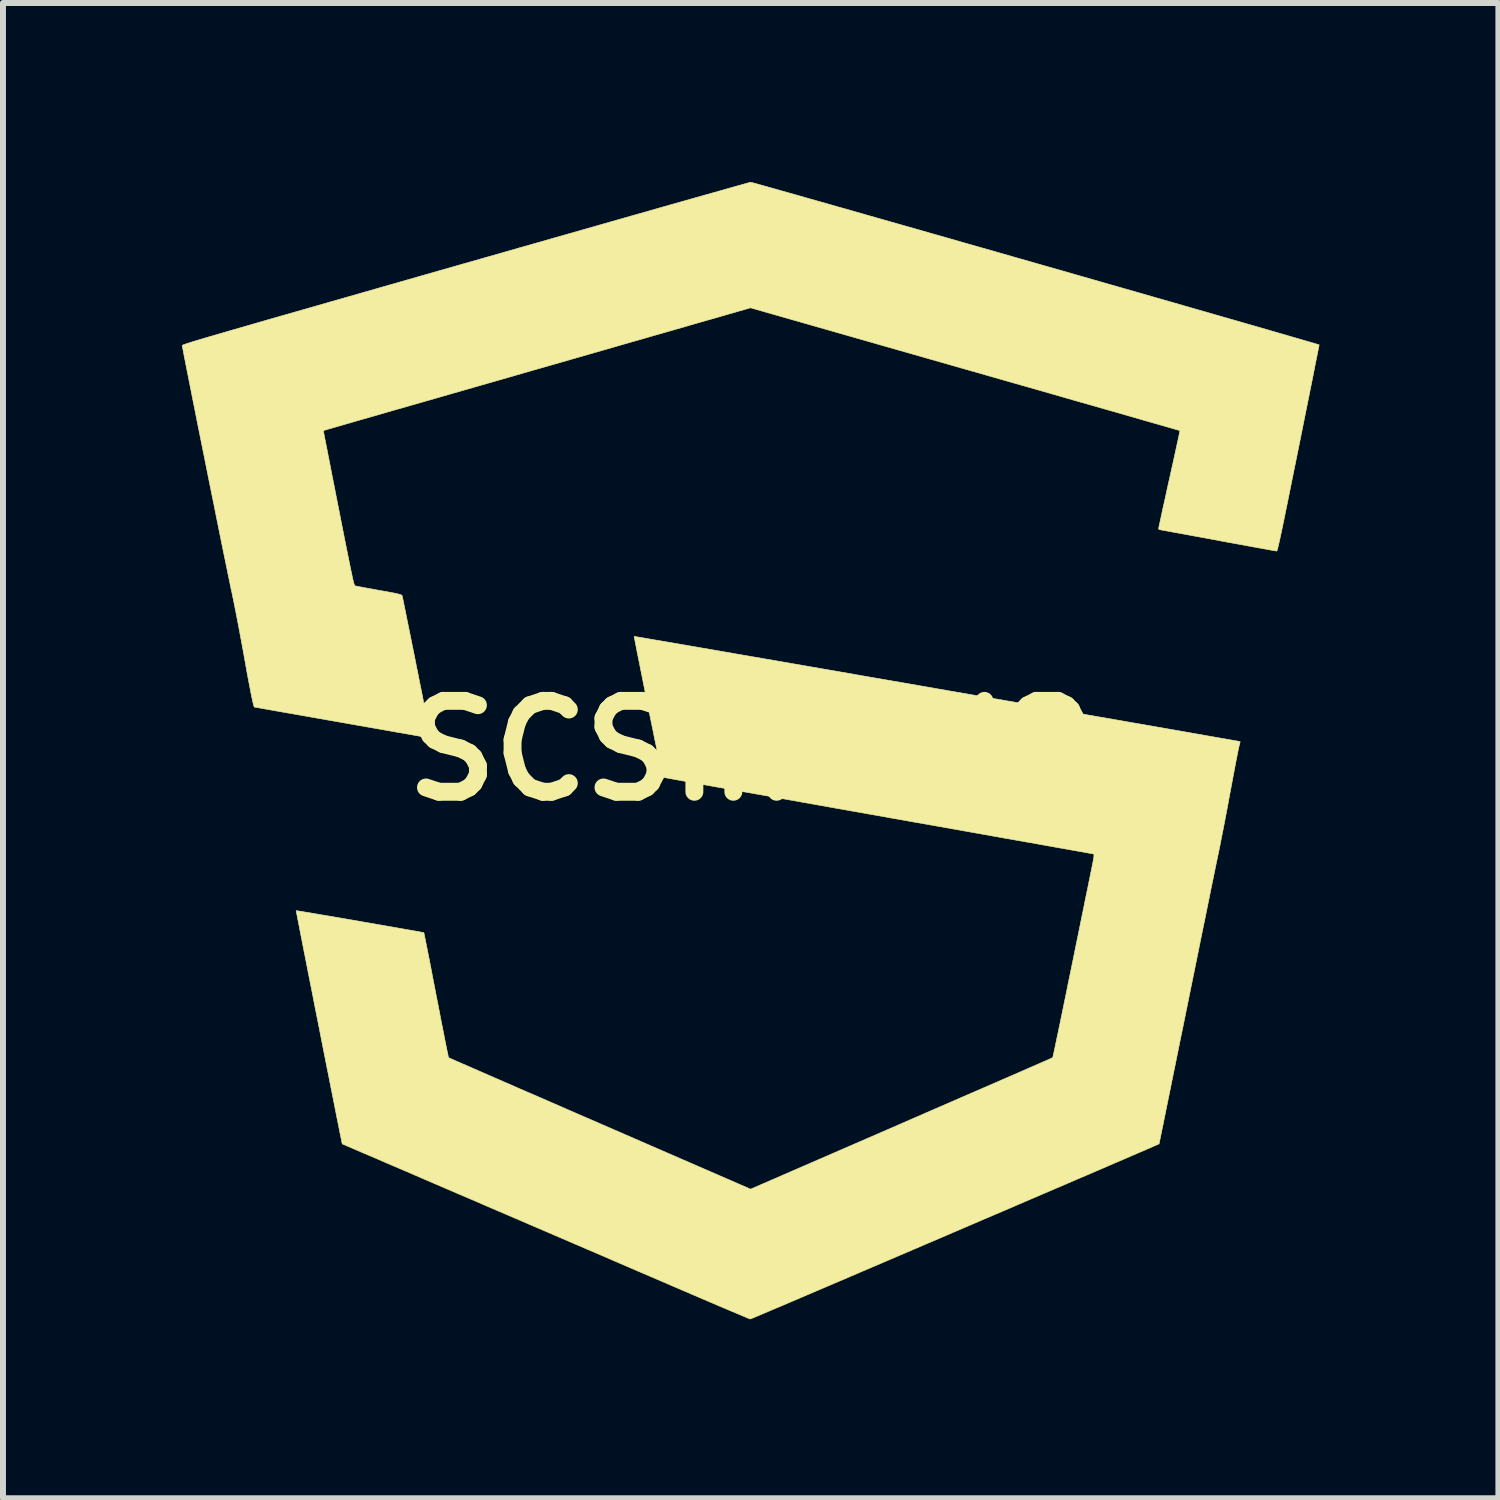
<source format=kicad_pcb>
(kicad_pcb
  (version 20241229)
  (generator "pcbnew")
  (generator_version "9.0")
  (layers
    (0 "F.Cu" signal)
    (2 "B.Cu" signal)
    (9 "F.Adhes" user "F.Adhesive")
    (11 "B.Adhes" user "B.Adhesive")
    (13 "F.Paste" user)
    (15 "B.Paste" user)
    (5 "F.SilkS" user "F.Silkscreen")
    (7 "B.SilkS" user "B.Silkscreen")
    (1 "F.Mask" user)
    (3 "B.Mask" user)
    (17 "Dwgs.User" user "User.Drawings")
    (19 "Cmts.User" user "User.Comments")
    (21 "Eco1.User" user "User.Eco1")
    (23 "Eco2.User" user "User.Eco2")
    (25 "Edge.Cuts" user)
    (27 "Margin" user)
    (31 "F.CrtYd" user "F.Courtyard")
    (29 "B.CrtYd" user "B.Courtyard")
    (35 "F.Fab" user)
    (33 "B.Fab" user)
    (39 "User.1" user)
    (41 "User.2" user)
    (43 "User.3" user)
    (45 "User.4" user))
  (footprint "SCShield2"
    (layer "F.Cu")
    (at 9.534 9.534)
    (property "Reference" "SCShield2" (at 0 0 0) (layer "F.SilkS") (effects (font (size 1.524 1.524) (thickness 0.3))))
    (attr smd)
    (fp_poly (pts (xy 1.193 -5.409) (xy 1.359 -5.362) (xy 1.543 -5.31) (xy 1.741 -5.254) (xy 1.952 -5.195) (xy 2.171 -5.133) (xy 2.397 -5.069) (xy 2.627 -5.004) (xy 2.858 -4.939) (xy 3.086 -4.874) (xy 3.31 -4.811) (xy 3.527 -4.749) (xy 3.733 -4.691) (xy 3.854 -4.657) (xy 4.025 -4.609) (xy 4.191 -4.562) (xy 4.35 -4.517) (xy 4.501 -4.474) (xy 4.644 -4.433) (xy 4.776 -4.395) (xy 4.897 -4.361) (xy 5.005 -4.33) (xy 5.1 -4.302) (xy 5.18 -4.279) (xy 5.244 -4.26) (xy 5.291 -4.246) (xy 5.32 -4.237) (xy 5.33 -4.234) (xy 5.329 -4.223) (xy 5.324 -4.193) (xy 5.315 -4.145) (xy 5.303 -4.081) (xy 5.289 -4.002) (xy 5.271 -3.91) (xy 5.251 -3.807) (xy 5.23 -3.693) (xy 5.206 -3.571) (xy 5.181 -3.442) (xy 5.155 -3.308) (xy 5.128 -3.169) (xy 5.1 -3.028) (xy 5.072 -2.886) (xy 5.044 -2.745) (xy 5.017 -2.606) (xy 4.99 -2.47) (xy 4.964 -2.34) (xy 4.939 -2.217) (xy 4.916 -2.101) (xy 4.895 -1.996) (xy 4.875 -1.901) (xy 4.859 -1.82) (xy 4.845 -1.753) (xy 4.834 -1.702) (xy 4.826 -1.668) (xy 4.822 -1.653) (xy 4.822 -1.653) (xy 4.811 -1.654) (xy 4.782 -1.659) (xy 4.735 -1.667) (xy 4.672 -1.678) (xy 4.596 -1.692) (xy 4.507 -1.708) (xy 4.408 -1.726) (xy 4.301 -1.745) (xy 4.186 -1.766) (xy 4.067 -1.788) (xy 3.944 -1.81) (xy 3.819 -1.833) (xy 3.694 -1.856) (xy 3.572 -1.879) (xy 3.453 -1.901) (xy 3.339 -1.922) (xy 3.232 -1.941) (xy 3.134 -1.96) (xy 3.047 -1.976) (xy 2.971 -1.99) (xy 2.91 -2.002) (xy 2.865 -2.011) (xy 2.837 -2.016) (xy 2.828 -2.018) (xy 2.83 -2.029) (xy 2.836 -2.058) (xy 2.846 -2.103) (xy 2.859 -2.161) (xy 2.875 -2.231) (xy 2.893 -2.311) (xy 2.914 -2.397) (xy 2.916 -2.405) (xy 2.936 -2.491) (xy 2.955 -2.571) (xy 2.971 -2.642) (xy 2.985 -2.702) (xy 2.995 -2.748) (xy 3.002 -2.778) (xy 3.004 -2.791) (xy 3.004 -2.791) (xy 2.994 -2.794) (xy 2.964 -2.803) (xy 2.917 -2.817) (xy 2.852 -2.836) (xy 2.772 -2.86) (xy 2.677 -2.888) (xy 2.568 -2.919) (xy 2.447 -2.955) (xy 2.315 -2.994) (xy 2.172 -3.036) (xy 2.02 -3.08) (xy 1.86 -3.127) (xy 1.694 -3.176) (xy 1.521 -3.226) (xy 1.501 -3.233) (xy -0.000378 -3.672) (xy -1.48 -3.233) (xy -1.652 -3.183) (xy -1.818 -3.133) (xy -1.977 -3.086) (xy -2.129 -3.041) (xy -2.271 -2.999) (xy -2.404 -2.959) (xy -2.525 -2.923) (xy -2.634 -2.891) (xy -2.73 -2.863) (xy -2.811 -2.839) (xy -2.876 -2.819) (xy -2.924 -2.805) (xy -2.955 -2.796) (xy -2.966 -2.793) (xy -2.966 -2.792) (xy -2.964 -2.782) (xy -2.959 -2.752) (xy -2.951 -2.704) (xy -2.939 -2.639) (xy -2.923 -2.558) (xy -2.905 -2.463) (xy -2.884 -2.355) (xy -2.861 -2.235) (xy -2.836 -2.104) (xy -2.809 -1.964) (xy -2.78 -1.817) (xy -2.749 -1.662) (xy -2.73 -1.562) (xy -2.696 -1.389) (xy -2.658 -1.199) (xy -2.618 -0.994) (xy -2.575 -0.777) (xy -2.53 -0.551) (xy -2.484 -0.318) (xy -2.438 -0.082) (xy -2.391 0.154) (xy -2.345 0.387) (xy -2.3 0.615) (xy -2.257 0.835) (xy -2.216 1.043) (xy -2.197 1.137) (xy -2.163 1.31) (xy -2.13 1.477) (xy -2.098 1.637) (xy -2.068 1.79) (xy -2.039 1.933) (xy -2.013 2.065) (xy -1.989 2.186) (xy -1.967 2.294) (xy -1.949 2.388) (xy -1.933 2.467) (xy -1.92 2.53) (xy -1.911 2.575) (xy -1.905 2.602) (xy -1.904 2.609) (xy -1.892 2.614) (xy -1.863 2.627) (xy -1.818 2.646) (xy -1.758 2.672) (xy -1.685 2.703) (xy -1.601 2.738) (xy -1.507 2.778) (xy -1.405 2.821) (xy -1.297 2.867) (xy -1.184 2.915) (xy -1.067 2.964) (xy -0.949 3.013) (xy -0.831 3.063) (xy -0.715 3.112) (xy -0.602 3.159) (xy -0.494 3.204) (xy -0.392 3.247) (xy -0.299 3.286) (xy -0.215 3.321) (xy -0.143 3.351) (xy -0.083 3.375) (xy -0.039 3.394) (xy -0.011 3.405) (xy -0.000245 3.409) (xy 0.012 3.405) (xy 0.042 3.393) (xy 0.088 3.375) (xy 0.149 3.35) (xy 0.222 3.319) (xy 0.307 3.284) (xy 0.401 3.244) (xy 0.504 3.201) (xy 0.613 3.155) (xy 0.726 3.107) (xy 0.843 3.058) (xy 0.961 3.007) (xy 1.079 2.957) (xy 1.195 2.908) (xy 1.308 2.859) (xy 1.415 2.813) (xy 1.516 2.77) (xy 1.609 2.73) (xy 1.692 2.694) (xy 1.763 2.663) (xy 1.821 2.637) (xy 1.865 2.618) (xy 1.892 2.605) (xy 1.901 2.6) (xy 1.905 2.587) (xy 1.913 2.555) (xy 1.923 2.508) (xy 1.935 2.449) (xy 1.949 2.38) (xy 1.963 2.305) (xy 1.963 2.304) (xy 1.979 2.22) (xy 1.991 2.155) (xy 2.001 2.105) (xy 2.01 2.07) (xy 2.016 2.046) (xy 2.022 2.032) (xy 2.028 2.025) (xy 2.035 2.023) (xy 2.037 2.022) (xy 2.052 2.024) (xy 2.086 2.029) (xy 2.136 2.037) (xy 2.202 2.048) (xy 2.282 2.061) (xy 2.373 2.075) (xy 2.474 2.092) (xy 2.583 2.11) (xy 2.699 2.129) (xy 2.819 2.15) (xy 2.943 2.17) (xy 3.067 2.191) (xy 3.191 2.212) (xy 3.312 2.232) (xy 3.43 2.252) (xy 3.541 2.271) (xy 3.645 2.289) (xy 3.739 2.305) (xy 3.822 2.32) (xy 3.892 2.332) (xy 3.947 2.342) (xy 3.986 2.349) (xy 4.006 2.353) (xy 4.009 2.354) (xy 4.008 2.365) (xy 4.003 2.395) (xy 3.995 2.442) (xy 3.983 2.503) (xy 3.969 2.578) (xy 3.953 2.664) (xy 3.935 2.76) (xy 3.915 2.862) (xy 3.894 2.97) (xy 3.872 3.082) (xy 3.85 3.195) (xy 3.827 3.308) (xy 3.805 3.419) (xy 3.784 3.525) (xy 3.764 3.626) (xy 3.745 3.718) (xy 3.728 3.8) (xy 3.714 3.871) (xy 3.702 3.928) (xy 3.693 3.969) (xy 3.687 3.993) (xy 3.685 3.997) (xy 3.676 4.007) (xy 3.654 4.02) (xy 3.617 4.039) (xy 3.565 4.064) (xy 3.496 4.095) (xy 3.409 4.133) (xy 3.366 4.152) (xy 3.32 4.172) (xy 3.256 4.199) (xy 3.176 4.234) (xy 3.08 4.275) (xy 2.97 4.322) (xy 2.847 4.375) (xy 2.713 4.433) (xy 2.569 4.495) (xy 2.416 4.56) (xy 2.256 4.629) (xy 2.089 4.701) (xy 1.919 4.774) (xy 1.745 4.849) (xy 1.568 4.925) (xy 1.535 4.939) (xy 1.365 5.012) (xy 1.199 5.083) (xy 1.041 5.152) (xy 0.889 5.217) (xy 0.746 5.279) (xy 0.612 5.336) (xy 0.489 5.389) (xy 0.377 5.437) (xy 0.278 5.479) (xy 0.193 5.516) (xy 0.122 5.546) (xy 0.067 5.57) (xy 0.029 5.586) (xy 0.008 5.595) (xy 0.005 5.596) (xy -0.005 5.592) (xy -0.034 5.58) (xy -0.081 5.561) (xy -0.144 5.534) (xy -0.223 5.501) (xy -0.316 5.461) (xy -0.423 5.415) (xy -0.543 5.363) (xy -0.674 5.307) (xy -0.817 5.245) (xy -0.969 5.18) (xy -1.129 5.11) (xy -1.298 5.037) (xy -1.474 4.961) (xy -1.656 4.882) (xy -1.816 4.812) (xy -2.002 4.731) (xy -2.183 4.652) (xy -2.358 4.576) (xy -2.526 4.503) (xy -2.686 4.433) (xy -2.836 4.368) (xy -2.977 4.306) (xy -3.107 4.25) (xy -3.225 4.198) (xy -3.331 4.152) (xy -3.422 4.112) (xy -3.499 4.078) (xy -3.56 4.051) (xy -3.604 4.032) (xy -3.631 4.02) (xy -3.639 4.016) (xy -3.643 4.005) (xy -3.65 3.974) (xy -3.662 3.925) (xy -3.676 3.86) (xy -3.693 3.781) (xy -3.713 3.687) (xy -3.735 3.582) (xy -3.759 3.466) (xy -3.784 3.342) (xy -3.811 3.209) (xy -3.839 3.071) (xy -3.842 3.055) (xy -3.86 2.963) (xy -3.88 2.866) (xy -3.901 2.762) (xy -3.923 2.651) (xy -3.947 2.531) (xy -3.972 2.404) (xy -4 2.267) (xy -4.029 2.121) (xy -4.06 1.965) (xy -4.094 1.798) (xy -4.13 1.621) (xy -4.168 1.431) (xy -4.208 1.229) (xy -4.251 1.015) (xy -4.297 0.787) (xy -4.345 0.545) (xy -4.397 0.289) (xy -4.451 0.018) (xy -4.509 -0.268) (xy -4.57 -0.571) (xy -4.634 -0.89) (xy -4.701 -1.226) (xy -4.772 -1.58) (xy -4.847 -1.952) (xy -4.926 -2.343) (xy -5.008 -2.754) (xy -5.095 -3.184) (xy -5.151 -3.467) (xy -5.176 -3.591) (xy -5.2 -3.709) (xy -5.221 -3.819) (xy -5.241 -3.919) (xy -5.258 -4.009) (xy -5.272 -4.086) (xy -5.283 -4.149) (xy -5.292 -4.196) (xy -5.296 -4.225) (xy -5.297 -4.236) (xy -5.285 -4.24) (xy -5.255 -4.25) (xy -5.211 -4.263) (xy -5.155 -4.28) (xy -5.09 -4.298) (xy -5.034 -4.314) (xy -5.001 -4.324) (xy -4.947 -4.339) (xy -4.876 -4.359) (xy -4.787 -4.384) (xy -4.682 -4.414) (xy -4.562 -4.448) (xy -4.427 -4.486) (xy -4.279 -4.529) (xy -4.119 -4.574) (xy -3.948 -4.623) (xy -3.767 -4.674) (xy -3.576 -4.729) (xy -3.377 -4.785) (xy -3.172 -4.844) (xy -2.96 -4.904) (xy -2.743 -4.966) (xy -2.522 -5.029) (xy -2.39 -5.066) (xy -0.001 -5.747) (xy 1.193 -5.409)) (stroke (width 0.01) (type solid)) (fill yes) (layer "F.Mask"))
    (fp_poly (pts (xy 0.012 -9.526) (xy 0.044 -9.518) (xy 0.095 -9.504) (xy 0.163 -9.485) (xy 0.249 -9.461) (xy 0.351 -9.432) (xy 0.469 -9.399) (xy 0.602 -9.361) (xy 0.749 -9.32) (xy 0.909 -9.274) (xy 1.082 -9.225) (xy 1.267 -9.173) (xy 1.462 -9.117) (xy 1.668 -9.059) (xy 1.884 -8.997) (xy 2.108 -8.933) (xy 2.34 -8.867) (xy 2.58 -8.799) (xy 2.826 -8.729) (xy 3.077 -8.657) (xy 3.334 -8.584) (xy 3.594 -8.509) (xy 3.858 -8.434) (xy 4.125 -8.358) (xy 4.393 -8.281) (xy 4.663 -8.204) (xy 4.932 -8.127) (xy 5.202 -8.05) (xy 5.47 -7.973) (xy 5.736 -7.897) (xy 5.999 -7.821) (xy 6.259 -7.747) (xy 6.514 -7.674) (xy 6.764 -7.602) (xy 7.009 -7.532) (xy 7.246 -7.464) (xy 7.477 -7.397) (xy 7.699 -7.334) (xy 7.912 -7.272) (xy 8.116 -7.214) (xy 8.309 -7.158) (xy 8.491 -7.106) (xy 8.661 -7.057) (xy 8.818 -7.011) (xy 8.961 -6.97) (xy 9.09 -6.932) (xy 9.205 -6.899) (xy 9.303 -6.87) (xy 9.384 -6.847) (xy 9.449 -6.828) (xy 9.495 -6.814) (xy 9.522 -6.805) (xy 9.53 -6.803) (xy 9.528 -6.791) (xy 9.522 -6.76) (xy 9.512 -6.711) (xy 9.499 -6.644) (xy 9.482 -6.56) (xy 9.462 -6.461) (xy 9.44 -6.348) (xy 9.415 -6.222) (xy 9.387 -6.084) (xy 9.357 -5.934) (xy 9.325 -5.775) (xy 9.291 -5.607) (xy 9.256 -5.432) (xy 9.219 -5.249) (xy 9.183 -5.069) (xy 9.137 -4.842) (xy 9.095 -4.636) (xy 9.057 -4.448) (xy 9.023 -4.279) (xy 8.992 -4.127) (xy 8.964 -3.991) (xy 8.94 -3.871) (xy 8.918 -3.766) (xy 8.899 -3.675) (xy 8.882 -3.597) (xy 8.868 -3.532) (xy 8.856 -3.478) (xy 8.846 -3.434) (xy 8.837 -3.4) (xy 8.831 -3.376) (xy 8.826 -3.359) (xy 8.822 -3.349) (xy 8.819 -3.346) (xy 8.819 -3.346) (xy 8.806 -3.348) (xy 8.774 -3.353) (xy 8.724 -3.362) (xy 8.658 -3.374) (xy 8.577 -3.389) (xy 8.482 -3.406) (xy 8.375 -3.425) (xy 8.258 -3.447) (xy 8.132 -3.47) (xy 7.999 -3.494) (xy 7.859 -3.52) (xy 7.83 -3.526) (xy 7.689 -3.552) (xy 7.554 -3.577) (xy 7.427 -3.6) (xy 7.309 -3.622) (xy 7.201 -3.642) (xy 7.104 -3.659) (xy 7.021 -3.675) (xy 6.952 -3.687) (xy 6.9 -3.697) (xy 6.865 -3.703) (xy 6.849 -3.706) (xy 6.849 -3.706) (xy 6.841 -3.714) (xy 6.84 -3.725) (xy 6.842 -3.738) (xy 6.848 -3.77) (xy 6.859 -3.819) (xy 6.873 -3.885) (xy 6.89 -3.964) (xy 6.91 -4.057) (xy 6.933 -4.16) (xy 6.958 -4.272) (xy 6.984 -4.393) (xy 7.012 -4.519) (xy 7.02 -4.552) (xy 7.048 -4.68) (xy 7.075 -4.801) (xy 7.1 -4.915) (xy 7.123 -5.019) (xy 7.143 -5.113) (xy 7.161 -5.194) (xy 7.175 -5.261) (xy 7.186 -5.313) (xy 7.193 -5.348) (xy 7.196 -5.364) (xy 7.196 -5.365) (xy 7.185 -5.368) (xy 7.156 -5.377) (xy 7.107 -5.391) (xy 7.04 -5.41) (xy 6.955 -5.435) (xy 6.854 -5.464) (xy 6.737 -5.497) (xy 6.604 -5.535) (xy 6.457 -5.578) (xy 6.296 -5.624) (xy 6.122 -5.674) (xy 5.936 -5.727) (xy 5.738 -5.784) (xy 5.529 -5.843) (xy 5.31 -5.906) (xy 5.081 -5.972) (xy 4.844 -6.04) (xy 4.598 -6.11) (xy 4.345 -6.182) (xy 4.086 -6.256) (xy 3.821 -6.332) (xy 3.595 -6.396) (xy -0.002 -7.424) (xy -0.242 -7.355) (xy -0.275 -7.345) (xy -0.329 -7.33) (xy -0.4 -7.31) (xy -0.488 -7.284) (xy -0.592 -7.254) (xy -0.712 -7.22) (xy -0.845 -7.182) (xy -0.991 -7.14) (xy -1.148 -7.094) (xy -1.317 -7.046) (xy -1.494 -6.995) (xy -1.68 -6.942) (xy -1.874 -6.886) (xy -2.074 -6.829) (xy -2.278 -6.77) (xy -2.487 -6.71) (xy -2.626 -6.67) (xy -2.991 -6.565) (xy -3.336 -6.466) (xy -3.662 -6.373) (xy -3.969 -6.284) (xy -4.258 -6.201) (xy -4.53 -6.123) (xy -4.784 -6.05) (xy -5.022 -5.982) (xy -5.243 -5.918) (xy -5.45 -5.859) (xy -5.641 -5.804) (xy -5.818 -5.753) (xy -5.981 -5.707) (xy -6.13 -5.664) (xy -6.267 -5.624) (xy -6.392 -5.588) (xy -6.505 -5.556) (xy -6.607 -5.527) (xy -6.698 -5.5) (xy -6.779 -5.477) (xy -6.851 -5.456) (xy -6.913 -5.438) (xy -6.967 -5.423) (xy -7.013 -5.409) (xy -7.052 -5.398) (xy -7.084 -5.389) (xy -7.11 -5.381) (xy -7.13 -5.375) (xy -7.145 -5.371) (xy -7.155 -5.368) (xy -7.161 -5.366) (xy -7.163 -5.365) (xy -7.163 -5.365) (xy -7.161 -5.355) (xy -7.156 -5.325) (xy -7.147 -5.276) (xy -7.134 -5.211) (xy -7.118 -5.13) (xy -7.099 -5.034) (xy -7.078 -4.925) (xy -7.054 -4.804) (xy -7.029 -4.673) (xy -7.001 -4.531) (xy -6.971 -4.382) (xy -6.941 -4.225) (xy -6.909 -4.066) (xy -6.872 -3.876) (xy -6.838 -3.704) (xy -6.808 -3.552) (xy -6.781 -3.417) (xy -6.757 -3.298) (xy -6.736 -3.195) (xy -6.718 -3.106) (xy -6.703 -3.031) (xy -6.689 -2.967) (xy -6.678 -2.915) (xy -6.669 -2.872) (xy -6.66 -2.839) (xy -6.654 -2.813) (xy -6.648 -2.794) (xy -6.643 -2.781) (xy -6.639 -2.772) (xy -6.635 -2.767) (xy -6.631 -2.764) (xy -6.627 -2.762) (xy -6.611 -2.759) (xy -6.577 -2.752) (xy -6.526 -2.742) (xy -6.463 -2.73) (xy -6.389 -2.717) (xy -6.307 -2.702) (xy -6.227 -2.687) (xy -6.127 -2.67) (xy -6.047 -2.655) (xy -5.983 -2.643) (xy -5.934 -2.633) (xy -5.898 -2.624) (xy -5.873 -2.617) (xy -5.857 -2.611) (xy -5.848 -2.605) (xy -5.843 -2.599) (xy -5.843 -2.599) (xy -5.84 -2.587) (xy -5.833 -2.555) (xy -5.823 -2.505) (xy -5.81 -2.44) (xy -5.793 -2.36) (xy -5.775 -2.268) (xy -5.754 -2.165) (xy -5.731 -2.052) (xy -5.706 -1.931) (xy -5.681 -1.803) (xy -5.654 -1.672) (xy -5.627 -1.537) (xy -5.6 -1.4) (xy -5.572 -1.264) (xy -5.546 -1.129) (xy -5.519 -0.998) (xy -5.494 -0.872) (xy -5.471 -0.752) (xy -5.448 -0.641) (xy -5.428 -0.539) (xy -5.411 -0.449) (xy -5.396 -0.372) (xy -5.383 -0.309) (xy -5.375 -0.263) (xy -5.369 -0.234) (xy -5.368 -0.225) (xy -5.373 -0.213) (xy -5.376 -0.213) (xy -5.387 -0.215) (xy -5.418 -0.22) (xy -5.467 -0.229) (xy -5.534 -0.24) (xy -5.617 -0.255) (xy -5.714 -0.272) (xy -5.826 -0.292) (xy -5.95 -0.313) (xy -6.085 -0.337) (xy -6.231 -0.363) (xy -6.385 -0.39) (xy -6.547 -0.418) (xy -6.716 -0.448) (xy -6.85 -0.472) (xy -7.023 -0.502) (xy -7.191 -0.532) (xy -7.351 -0.56) (xy -7.503 -0.587) (xy -7.646 -0.612) (xy -7.779 -0.635) (xy -7.899 -0.656) (xy -8.007 -0.675) (xy -8.101 -0.692) (xy -8.18 -0.706) (xy -8.242 -0.717) (xy -8.286 -0.725) (xy -8.312 -0.729) (xy -8.319 -0.73) (xy -8.325 -0.74) (xy -8.333 -0.766) (xy -8.344 -0.81) (xy -8.358 -0.873) (xy -8.375 -0.954) (xy -8.394 -1.054) (xy -8.417 -1.173) (xy -8.443 -1.312) (xy -8.471 -1.471) (xy -8.492 -1.587) (xy -8.516 -1.721) (xy -8.542 -1.859) (xy -8.568 -1.999) (xy -8.594 -2.137) (xy -8.62 -2.27) (xy -8.644 -2.394) (xy -8.667 -2.508) (xy -8.687 -2.606) (xy -8.704 -2.687) (xy -8.705 -2.688) (xy -8.715 -2.735) (xy -8.728 -2.8) (xy -8.745 -2.881) (xy -8.765 -2.977) (xy -8.787 -3.086) (xy -8.812 -3.208) (xy -8.84 -3.341) (xy -8.869 -3.485) (xy -8.9 -3.637) (xy -8.932 -3.797) (xy -8.966 -3.964) (xy -9 -4.135) (xy -9.036 -4.311) (xy -9.072 -4.489) (xy -9.108 -4.669) (xy -9.144 -4.849) (xy -9.18 -5.029) (xy -9.216 -5.206) (xy -9.251 -5.38) (xy -9.285 -5.55) (xy -9.317 -5.714) (xy -9.349 -5.871) (xy -9.378 -6.019) (xy -9.406 -6.159) (xy -9.431 -6.287) (xy -9.455 -6.404) (xy -9.475 -6.508) (xy -9.493 -6.598) (xy -9.507 -6.672) (xy -9.518 -6.73) (xy -9.525 -6.769) (xy -9.529 -6.79) (xy -9.529 -6.792) (xy -9.528 -6.794) (xy -9.524 -6.797) (xy -9.517 -6.8) (xy -9.507 -6.805) (xy -9.492 -6.81) (xy -9.472 -6.817) (xy -9.448 -6.826) (xy -9.417 -6.835) (xy -9.38 -6.847) (xy -9.336 -6.861) (xy -9.285 -6.876) (xy -9.225 -6.894) (xy -9.158 -6.914) (xy -9.081 -6.937) (xy -8.994 -6.962) (xy -8.898 -6.99) (xy -8.791 -7.021) (xy -8.672 -7.056) (xy -8.542 -7.093) (xy -8.4 -7.134) (xy -8.245 -7.179) (xy -8.076 -7.228) (xy -7.894 -7.28) (xy -7.697 -7.336) (xy -7.485 -7.397) (xy -7.258 -7.462) (xy -7.015 -7.532) (xy -6.755 -7.606) (xy -6.479 -7.685) (xy -6.184 -7.77) (xy -5.871 -7.859) (xy -5.54 -7.954) (xy -5.19 -8.054) (xy -4.819 -8.16) (xy -4.778 -8.171) (xy -4.468 -8.26) (xy -4.162 -8.347) (xy -3.863 -8.433) (xy -3.57 -8.516) (xy -3.284 -8.598) (xy -3.005 -8.677) (xy -2.735 -8.754) (xy -2.473 -8.829) (xy -2.221 -8.901) (xy -1.979 -8.97) (xy -1.748 -9.035) (xy -1.529 -9.098) (xy -1.321 -9.157) (xy -1.126 -9.212) (xy -0.944 -9.264) (xy -0.777 -9.311) (xy -0.624 -9.354) (xy -0.486 -9.393) (xy -0.364 -9.428) (xy -0.258 -9.458) (xy -0.17 -9.482) (xy -0.099 -9.502) (xy -0.047 -9.517) (xy -0.014 -9.526) (xy -0.0002 -9.529) (xy 0.000027 -9.529) (xy 0.012 -9.526)) (stroke (width 0.01) (type solid)) (fill yes) (layer "F.SilkS"))
    (fp_poly (pts (xy -1.942 -1.914) (xy -1.911 -1.909) (xy -1.861 -1.9) (xy -1.793 -1.889) (xy -1.707 -1.874) (xy -1.603 -1.856) (xy -1.484 -1.836) (xy -1.349 -1.813) (xy -1.199 -1.787) (xy -1.036 -1.759) (xy -0.859 -1.728) (xy -0.67 -1.696) (xy -0.469 -1.661) (xy -0.258 -1.624) (xy -0.036 -1.586) (xy 0.195 -1.546) (xy 0.434 -1.505) (xy 0.681 -1.462) (xy 0.935 -1.418) (xy 1.195 -1.373) (xy 1.461 -1.327) (xy 1.731 -1.28) (xy 2.005 -1.232) (xy 2.282 -1.184) (xy 2.562 -1.136) (xy 2.843 -1.087) (xy 3.124 -1.038) (xy 3.406 -0.989) (xy 3.687 -0.94) (xy 3.967 -0.892) (xy 4.244 -0.844) (xy 4.518 -0.796) (xy 4.788 -0.749) (xy 5.054 -0.703) (xy 5.314 -0.657) (xy 5.568 -0.613) (xy 5.815 -0.57) (xy 6.055 -0.529) (xy 6.286 -0.488) (xy 6.507 -0.45) (xy 6.719 -0.413) (xy 6.92 -0.378) (xy 7.109 -0.345) (xy 7.286 -0.314) (xy 7.45 -0.285) (xy 7.599 -0.259) (xy 7.734 -0.235) (xy 7.854 -0.214) (xy 7.958 -0.196) (xy 8.044 -0.181) (xy 8.113 -0.169) (xy 8.163 -0.16) (xy 8.194 -0.154) (xy 8.205 -0.152) (xy 8.205 -0.152) (xy 8.204 -0.14) (xy 8.198 -0.115) (xy 8.192 -0.092) (xy 8.187 -0.073) (xy 8.178 -0.034) (xy 8.167 0.022) (xy 8.153 0.093) (xy 8.136 0.177) (xy 8.118 0.273) (xy 8.098 0.378) (xy 8.077 0.49) (xy 8.055 0.608) (xy 8.046 0.656) (xy 8.021 0.789) (xy 7.996 0.927) (xy 7.969 1.066) (xy 7.943 1.205) (xy 7.917 1.338) (xy 7.892 1.463) (xy 7.87 1.577) (xy 7.85 1.676) (xy 7.835 1.747) (xy 7.825 1.796) (xy 7.81 1.865) (xy 7.792 1.953) (xy 7.771 2.057) (xy 7.746 2.178) (xy 7.718 2.313) (xy 7.688 2.462) (xy 7.655 2.624) (xy 7.62 2.797) (xy 7.582 2.98) (xy 7.543 3.171) (xy 7.503 3.371) (xy 7.461 3.576) (xy 7.418 3.788) (xy 7.374 4.003) (xy 7.33 4.221) (xy 7.3 4.367) (xy 7.257 4.581) (xy 7.214 4.788) (xy 7.173 4.99) (xy 7.134 5.183) (xy 7.096 5.369) (xy 7.06 5.545) (xy 7.027 5.71) (xy 6.995 5.865) (xy 6.966 6.007) (xy 6.94 6.136) (xy 6.917 6.251) (xy 6.896 6.351) (xy 6.879 6.435) (xy 6.865 6.502) (xy 6.855 6.551) (xy 6.849 6.581) (xy 6.847 6.592) (xy 6.847 6.592) (xy 6.834 6.597) (xy 6.804 6.611) (xy 6.755 6.632) (xy 6.69 6.661) (xy 6.609 6.696) (xy 6.512 6.737) (xy 6.402 6.785) (xy 6.278 6.839) (xy 6.141 6.897) (xy 5.993 6.961) (xy 5.833 7.03) (xy 5.664 7.103) (xy 5.485 7.179) (xy 5.298 7.26) (xy 5.104 7.343) (xy 4.903 7.429) (xy 4.696 7.518) (xy 4.484 7.609) (xy 4.269 7.702) (xy 4.05 7.795) (xy 3.828 7.89) (xy 3.605 7.986) (xy 3.381 8.082) (xy 3.158 8.178) (xy 2.935 8.273) (xy 2.714 8.368) (xy 2.496 8.461) (xy 2.282 8.553) (xy 2.072 8.643) (xy 1.867 8.73) (xy 1.668 8.816) (xy 1.476 8.898) (xy 1.292 8.976) (xy 1.117 9.051) (xy 0.951 9.122) (xy 0.795 9.189) (xy 0.651 9.25) (xy 0.519 9.307) (xy 0.399 9.357) (xy 0.293 9.402) (xy 0.202 9.441) (xy 0.127 9.473) (xy 0.067 9.498) (xy 0.025 9.516) (xy 0.001 9.526) (xy -0.005 9.528) (xy -0.017 9.524) (xy -0.048 9.512) (xy -0.095 9.492) (xy -0.159 9.465) (xy -0.238 9.432) (xy -0.331 9.393) (xy -0.437 9.348) (xy -0.555 9.298) (xy -0.683 9.243) (xy -0.821 9.184) (xy -0.968 9.121) (xy -1.122 9.055) (xy -1.283 8.986) (xy -1.449 8.914) (xy -1.482 8.9) (xy -1.651 8.827) (xy -1.838 8.747) (xy -2.04 8.66) (xy -2.254 8.568) (xy -2.48 8.47) (xy -2.715 8.369) (xy -2.957 8.265) (xy -3.203 8.159) (xy -3.452 8.052) (xy -3.701 7.945) (xy -3.949 7.838) (xy -4.194 7.733) (xy -4.432 7.631) (xy -4.662 7.531) (xy -4.883 7.437) (xy -4.892 7.433) (xy -5.085 7.35) (xy -5.273 7.269) (xy -5.455 7.191) (xy -5.63 7.115) (xy -5.797 7.043) (xy -5.956 6.975) (xy -6.104 6.912) (xy -6.241 6.852) (xy -6.367 6.798) (xy -6.481 6.75) (xy -6.581 6.707) (xy -6.666 6.67) (xy -6.736 6.64) (xy -6.79 6.616) (xy -6.826 6.601) (xy -6.845 6.593) (xy -6.847 6.592) (xy -6.849 6.581) (xy -6.856 6.551) (xy -6.865 6.503) (xy -6.879 6.438) (xy -6.895 6.357) (xy -6.914 6.261) (xy -6.936 6.152) (xy -6.96 6.03) (xy -6.986 5.898) (xy -7.014 5.757) (xy -7.044 5.607) (xy -7.075 5.449) (xy -7.108 5.286) (xy -7.141 5.118) (xy -7.175 4.947) (xy -7.209 4.774) (xy -7.243 4.599) (xy -7.278 4.425) (xy -7.312 4.252) (xy -7.345 4.082) (xy -7.378 3.916) (xy -7.41 3.755) (xy -7.44 3.601) (xy -7.469 3.454) (xy -7.496 3.317) (xy -7.521 3.189) (xy -7.544 3.073) (xy -7.564 2.97) (xy -7.581 2.88) (xy -7.596 2.806) (xy -7.607 2.747) (xy -7.615 2.707) (xy -7.619 2.685) (xy -7.619 2.682) (xy -7.608 2.683) (xy -7.579 2.688) (xy -7.531 2.695) (xy -7.468 2.706) (xy -7.391 2.718) (xy -7.301 2.734) (xy -7.201 2.751) (xy -7.091 2.769) (xy -6.974 2.789) (xy -6.852 2.81) (xy -6.725 2.832) (xy -6.596 2.854) (xy -6.467 2.877) (xy -6.338 2.899) (xy -6.213 2.921) (xy -6.092 2.942) (xy -5.977 2.962) (xy -5.869 2.981) (xy -5.772 2.998) (xy -5.685 3.013) (xy -5.611 3.026) (xy -5.552 3.037) (xy -5.51 3.045) (xy -5.485 3.05) (xy -5.479 3.051) (xy -5.476 3.062) (xy -5.47 3.093) (xy -5.46 3.141) (xy -5.447 3.206) (xy -5.431 3.286) (xy -5.412 3.38) (xy -5.391 3.486) (xy -5.368 3.603) (xy -5.344 3.73) (xy -5.318 3.865) (xy -5.29 4.007) (xy -5.273 4.098) (xy -5.244 4.243) (xy -5.217 4.383) (xy -5.192 4.515) (xy -5.167 4.639) (xy -5.145 4.752) (xy -5.125 4.854) (xy -5.107 4.943) (xy -5.092 5.018) (xy -5.079 5.077) (xy -5.071 5.118) (xy -5.065 5.142) (xy -5.064 5.146) (xy -5.053 5.151) (xy -5.024 5.164) (xy -4.978 5.185) (xy -4.914 5.213) (xy -4.834 5.248) (xy -4.739 5.289) (xy -4.629 5.337) (xy -4.506 5.391) (xy -4.369 5.451) (xy -4.22 5.516) (xy -4.06 5.585) (xy -3.89 5.66) (xy -3.71 5.738) (xy -3.52 5.82) (xy -3.323 5.906) (xy -3.119 5.995) (xy -2.908 6.087) (xy -2.691 6.181) (xy -2.528 6.252) (xy -0.001 7.351) (xy 2.528 6.252) (xy 2.748 6.156) (xy 2.963 6.062) (xy 3.173 5.971) (xy 3.375 5.883) (xy 3.57 5.798) (xy 3.757 5.717) (xy 3.935 5.64) (xy 4.103 5.567) (xy 4.26 5.498) (xy 4.406 5.435) (xy 4.539 5.377) (xy 4.659 5.324) (xy 4.765 5.278) (xy 4.856 5.238) (xy 4.932 5.205) (xy 4.991 5.179) (xy 5.033 5.16) (xy 5.057 5.149) (xy 5.063 5.147) (xy 5.066 5.136) (xy 5.073 5.105) (xy 5.084 5.056) (xy 5.098 4.991) (xy 5.115 4.91) (xy 5.135 4.814) (xy 5.158 4.706) (xy 5.183 4.586) (xy 5.21 4.455) (xy 5.239 4.315) (xy 5.269 4.168) (xy 5.301 4.013) (xy 5.32 3.917) (xy 5.355 3.748) (xy 5.39 3.578) (xy 5.425 3.407) (xy 5.459 3.239) (xy 5.493 3.075) (xy 5.525 2.917) (xy 5.555 2.768) (xy 5.584 2.629) (xy 5.609 2.502) (xy 5.632 2.391) (xy 5.652 2.295) (xy 5.668 2.219) (xy 5.668 2.215) (xy 5.691 2.103) (xy 5.71 2.01) (xy 5.725 1.934) (xy 5.737 1.873) (xy 5.746 1.826) (xy 5.751 1.791) (xy 5.755 1.766) (xy 5.755 1.75) (xy 5.754 1.739) (xy 5.751 1.734) (xy 5.747 1.732) (xy 5.744 1.731) (xy 5.732 1.729) (xy 5.7 1.723) (xy 5.649 1.714) (xy 5.58 1.701) (xy 5.493 1.686) (xy 5.391 1.668) (xy 5.274 1.647) (xy 5.143 1.624) (xy 4.999 1.598) (xy 4.842 1.57) (xy 4.675 1.54) (xy 4.497 1.509) (xy 4.31 1.476) (xy 4.115 1.441) (xy 3.913 1.405) (xy 3.704 1.368) (xy 3.51 1.333) (xy 3.114 1.263) (xy 2.739 1.197) (xy 2.384 1.134) (xy 2.048 1.074) (xy 1.731 1.018) (xy 1.432 0.965) (xy 1.152 0.915) (xy 0.888 0.868) (xy 0.642 0.824) (xy 0.412 0.783) (xy 0.199 0.745) (xy 0.000251 0.71) (xy -0.183 0.678) (xy -0.352 0.647) (xy -0.507 0.62) (xy -0.648 0.595) (xy -0.776 0.572) (xy -0.892 0.551) (xy -0.995 0.532) (xy -1.087 0.516) (xy -1.168 0.501) (xy -1.238 0.489) (xy -1.298 0.478) (xy -1.348 0.469) (xy -1.39 0.461) (xy -1.422 0.455) (xy -1.447 0.45) (xy -1.463 0.447) (xy -1.473 0.445) (xy -1.476 0.444) (xy -1.478 0.433) (xy -1.485 0.403) (xy -1.495 0.355) (xy -1.509 0.292) (xy -1.525 0.214) (xy -1.544 0.123) (xy -1.565 0.021) (xy -1.587 -0.09) (xy -1.612 -0.21) (xy -1.637 -0.336) (xy -1.664 -0.466) (xy -1.691 -0.6) (xy -1.718 -0.735) (xy -1.746 -0.871) (xy -1.773 -1.004) (xy -1.799 -1.135) (xy -1.824 -1.261) (xy -1.848 -1.38) (xy -1.87 -1.492) (xy -1.891 -1.594) (xy -1.909 -1.684) (xy -1.924 -1.763) (xy -1.936 -1.826) (xy -1.946 -1.874) (xy -1.951 -1.904) (xy -1.953 -1.915) (xy -1.953 -1.915) (xy -1.942 -1.914)) (stroke (width 0.01) (type solid)) (fill yes) (layer "F.SilkS")))
  (gr_rect
    (start -3 -3)
    (end 22.069 22.067)
    (stroke (width 0.1) (type default))
    (fill no)
    (layer "Edge.Cuts")))
</source>
